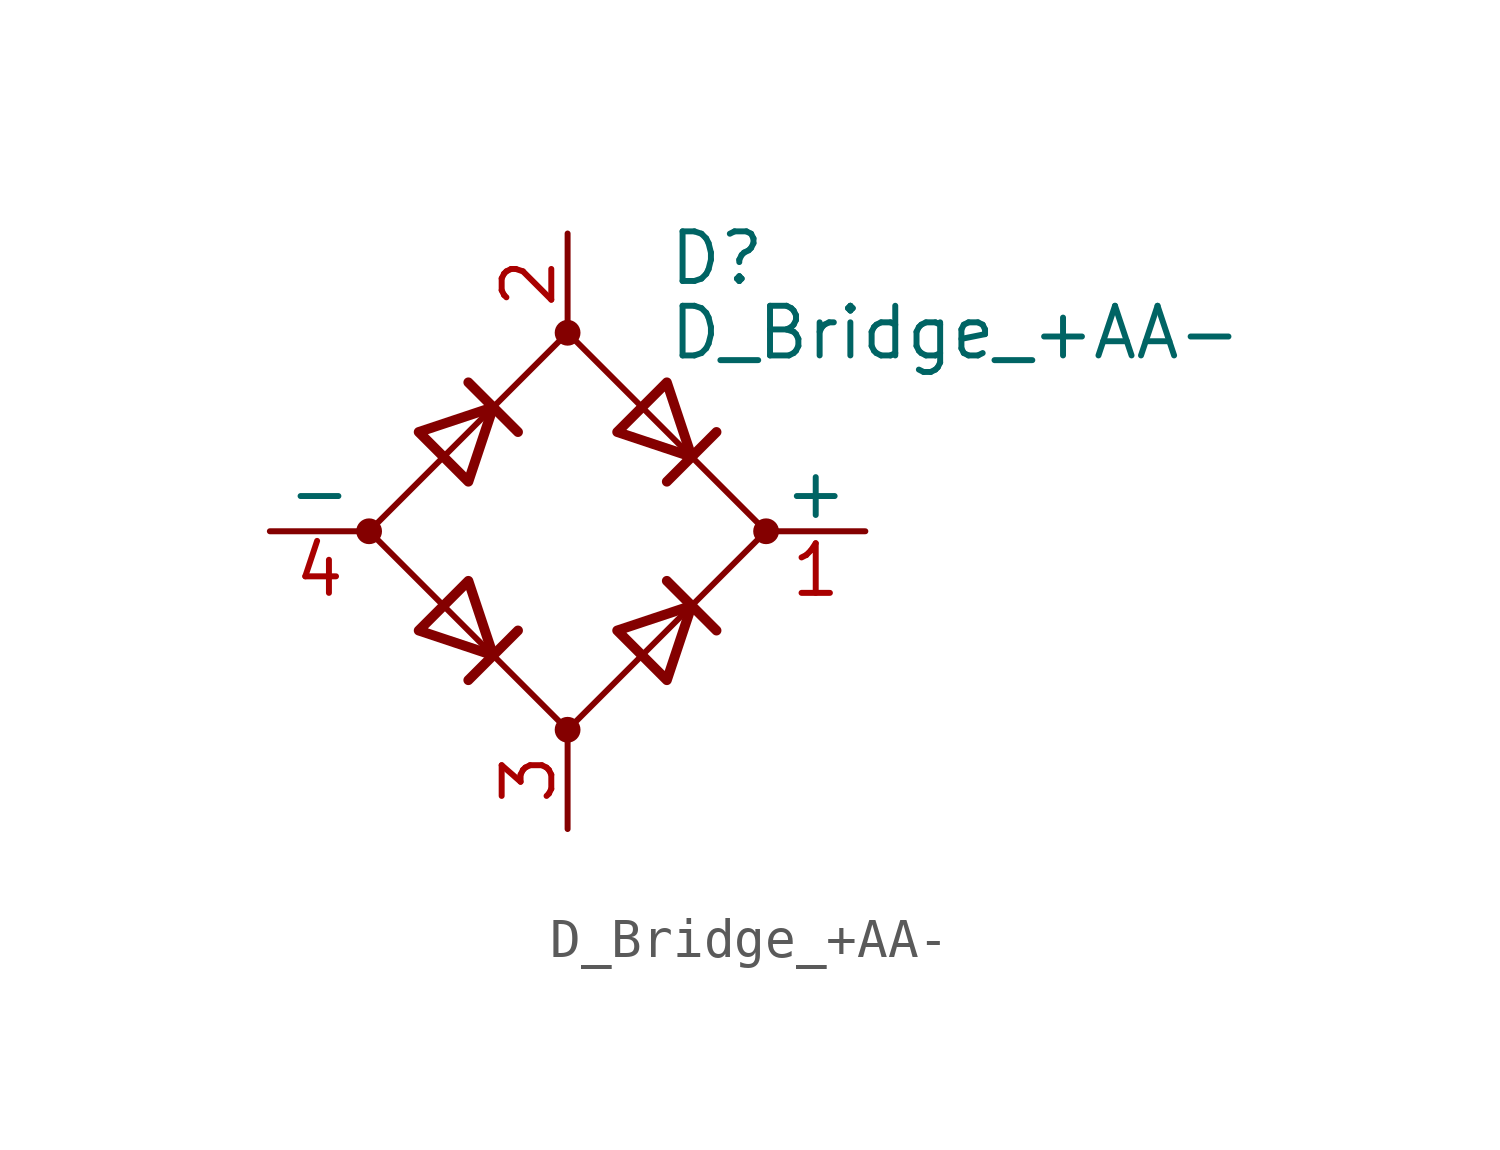
<source format=kicad_sym>
(kicad_symbol_lib
  (version 20241209)
  (generator "kicad_symbol_editor")
  (generator_version "9.0")
  (symbol "D_Bridge_+AA-"
    (pin_names
      (offset 0))
    (property "Reference" "D"
      (at 2.54 6.985 0)
      (effects (font (size 1.27 1.27)) (justify left)))
    (property "Value" "D_Bridge_+AA-"
      (at 2.54 5.08 0)
      (effects (font (size 1.27 1.27)) (justify left)))
    (symbol "D_Bridge_+AA-_0_1"
      (circle (center -5.08 0) (radius 0.254) (stroke (width 0) (type default)) (fill (type outline)))
      (polyline (pts (xy -5.08 0) (xy 0 -5.08) (xy 5.08 0) (xy 0 5.08) (xy -5.08 0)) (stroke (width 0) (type default)) (fill (type none)))
      (polyline (pts (xy -3.81 2.54) (xy -2.54 1.27) (xy -1.905 3.175) (xy -3.81 2.54)) (stroke (width 0.254) (type default)) (fill (type none)))
      (polyline (pts (xy -2.54 3.81) (xy -1.27 2.54)) (stroke (width 0.254) (type default)) (fill (type none)))
      (polyline (pts (xy -2.54 -1.27) (xy -3.81 -2.54) (xy -1.905 -3.175) (xy -2.54 -1.27)) (stroke (width 0.254) (type default)) (fill (type none)))
      (polyline (pts (xy -1.27 -2.54) (xy -2.54 -3.81)) (stroke (width 0.254) (type default)) (fill (type none)))
      (circle (center 0 5.08) (radius 0.254) (stroke (width 0) (type default)) (fill (type outline)))
      (circle (center 0 -5.08) (radius 0.254) (stroke (width 0) (type default)) (fill (type outline)))
      (polyline (pts (xy 1.27 2.54) (xy 2.54 3.81) (xy 3.175 1.905) (xy 1.27 2.54)) (stroke (width 0.254) (type default)) (fill (type none)))
      (polyline (pts (xy 2.54 1.27) (xy 3.81 2.54)) (stroke (width 0.254) (type default)) (fill (type none)))
      (polyline (pts (xy 2.54 -1.27) (xy 3.81 -2.54)) (stroke (width 0.254) (type default)) (fill (type none)))
      (polyline (pts (xy 3.175 -1.905) (xy 1.27 -2.54) (xy 2.54 -3.81) (xy 3.175 -1.905)) (stroke (width 0.254) (type default)) (fill (type none)))
      (circle (center 5.08 0) (radius 0.254) (stroke (width 0) (type default)) (fill (type outline))))
    (symbol "D_Bridge_+AA-_1_1"
      (pin passive line (at -7.62 0 0) (length 2.54) (name "-" (effects (font (size 1.27 1.27)))) (number "4" (effects (font (size 1.27 1.27)))))
      (pin passive line (at 0 7.62 270) (length 2.54) (name "~" (effects (font (size 1.27 1.27)))) (number "2" (effects (font (size 1.27 1.27)))))
      (pin passive line (at 0 -7.62 90) (length 2.54) (name "~" (effects (font (size 1.27 1.27)))) (number "3" (effects (font (size 1.27 1.27)))))
      (pin passive line (at 7.62 0 180) (length 2.54) (name "+" (effects (font (size 1.27 1.27)))) (number "1" (effects (font (size 1.27 1.27))))))))
</source>
